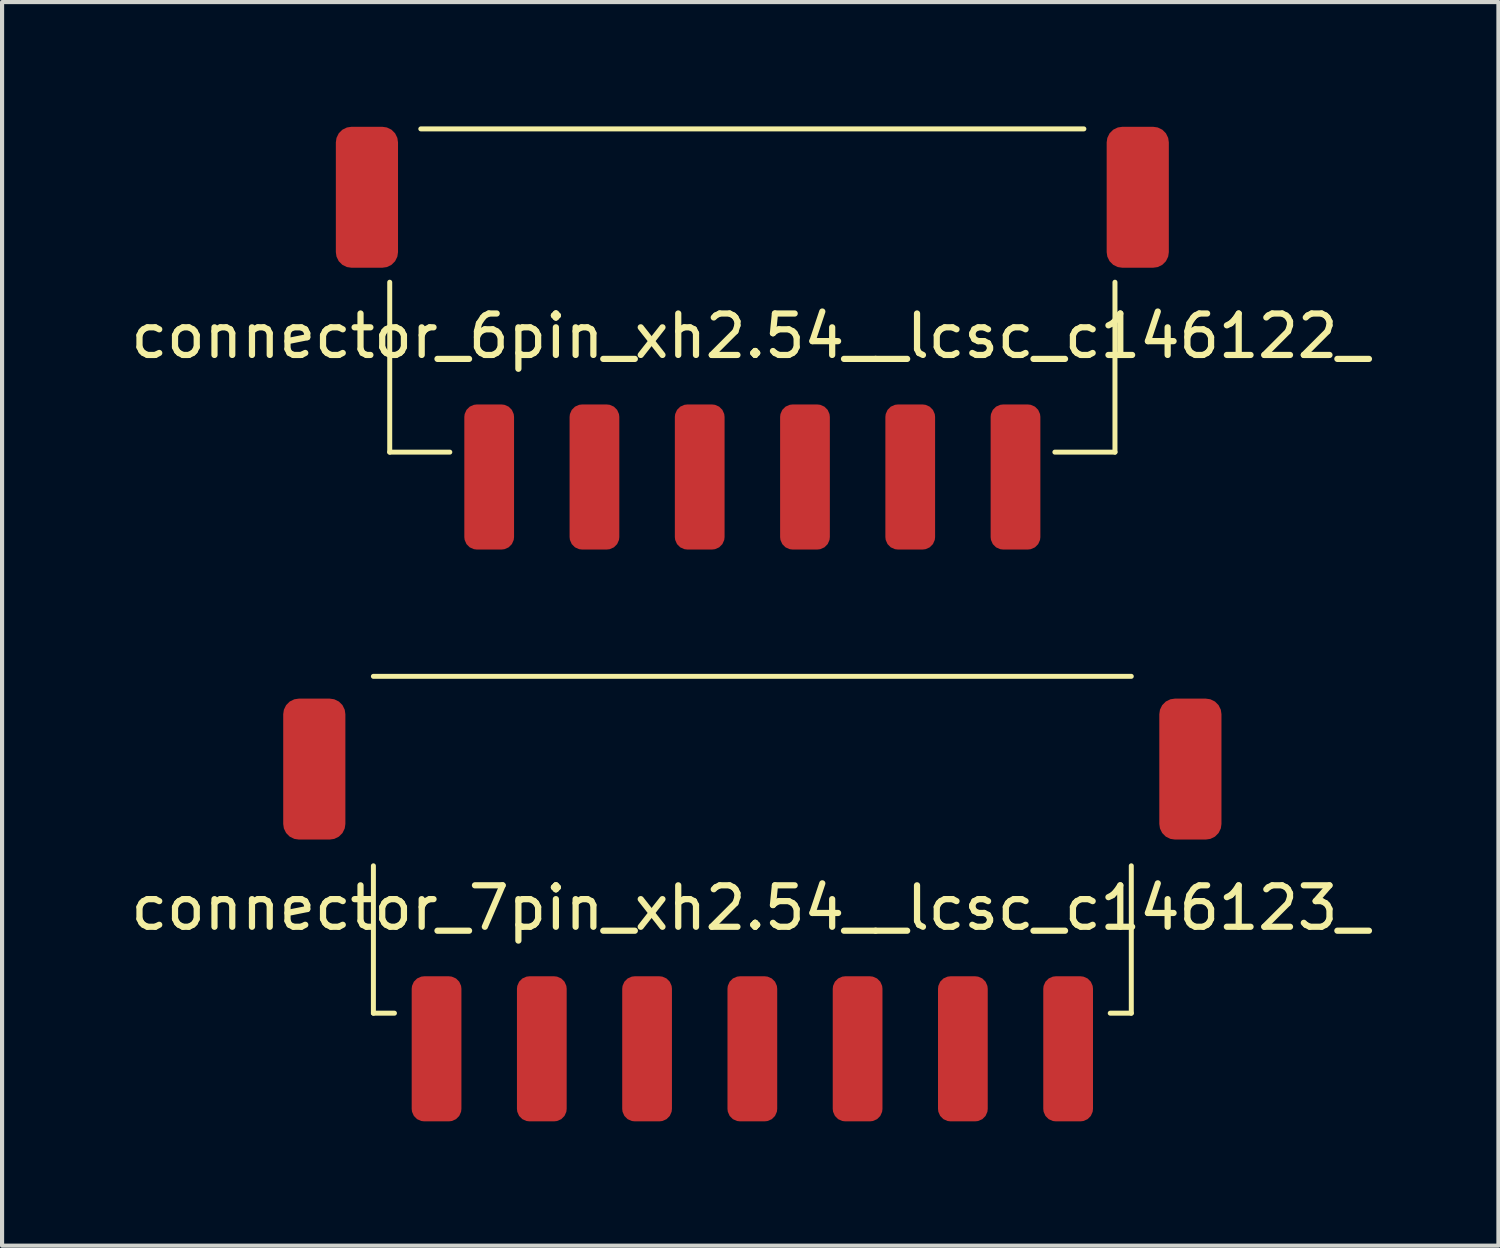
<source format=kicad_pcb>
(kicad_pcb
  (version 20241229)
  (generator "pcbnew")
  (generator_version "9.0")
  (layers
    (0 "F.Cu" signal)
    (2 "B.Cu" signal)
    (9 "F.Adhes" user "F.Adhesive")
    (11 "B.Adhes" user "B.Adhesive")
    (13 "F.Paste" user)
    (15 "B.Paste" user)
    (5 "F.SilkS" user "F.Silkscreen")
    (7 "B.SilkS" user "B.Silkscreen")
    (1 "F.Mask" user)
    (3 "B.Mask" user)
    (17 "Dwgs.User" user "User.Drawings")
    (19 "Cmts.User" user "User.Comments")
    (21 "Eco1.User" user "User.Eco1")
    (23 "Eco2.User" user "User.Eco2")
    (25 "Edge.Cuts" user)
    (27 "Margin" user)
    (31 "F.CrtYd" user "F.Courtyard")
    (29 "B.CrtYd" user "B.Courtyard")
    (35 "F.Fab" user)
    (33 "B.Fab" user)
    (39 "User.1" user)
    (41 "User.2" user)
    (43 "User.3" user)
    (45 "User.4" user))
  (footprint "connector_6pin_xh2.54__lcsc_c146122_"
    (layer "F.Cu")
    (at 15.104 5.06)
    (property "Reference" "connector_6pin_xh2.54__lcsc_c146122_" (at -0.05 0 0) (layer "F.SilkS") (effects (font (size 1 1) (thickness 0.15))))
    (attr through_hole)
    (fp_line (start -8.75 2.8) (end -8.75 -1.3) (stroke (width 0.12) (type solid)) (layer "F.SilkS"))
    (fp_line (start -8.75 2.8) (end -7.3 2.8) (stroke (width 0.12) (type solid)) (layer "F.SilkS"))
    (fp_line (start 8 -5) (end -8 -5) (stroke (width 0.12) (type solid)) (layer "F.SilkS"))
    (fp_line (start 8.75 2.8) (end 7.3 2.8) (stroke (width 0.12) (type solid)) (layer "F.SilkS"))
    (fp_line (start 8.75 2.8) (end 8.75 -1.3) (stroke (width 0.12) (type solid)) (layer "F.SilkS"))
    (pad "1" smd roundrect (at -6.35 3.4) (size 1.2 3.5) (layers "F.Cu" "F.Mask" "F.Paste") (roundrect_rratio 0.25))
    (pad "2" smd roundrect (at -3.81 3.4) (size 1.2 3.5) (layers "F.Cu" "F.Mask" "F.Paste") (roundrect_rratio 0.25))
    (pad "3" smd roundrect (at -1.27 3.4) (size 1.2 3.5) (layers "F.Cu" "F.Mask" "F.Paste") (roundrect_rratio 0.25))
    (pad "4" smd roundrect (at 1.27 3.4) (size 1.2 3.5) (layers "F.Cu" "F.Mask" "F.Paste") (roundrect_rratio 0.25))
    (pad "5" smd roundrect (at 3.81 3.4) (size 1.2 3.5) (layers "F.Cu" "F.Mask" "F.Paste") (roundrect_rratio 0.25))
    (pad "6" smd roundrect (at 6.35 3.4) (size 1.2 3.5) (layers "F.Cu" "F.Mask" "F.Paste") (roundrect_rratio 0.25))
    (pad "7" smd roundrect (at -9.3 -3.35) (size 1.5 3.4) (layers "F.Cu" "F.Mask" "F.Paste") (roundrect_rratio 0.25))
    (pad "8" smd roundrect (at 9.3 -3.35) (size 1.5 3.4) (layers "F.Cu" "F.Mask" "F.Paste") (roundrect_rratio 0.25)))
  (footprint "connector_7pin_xh2.54__lcsc_c146123_"
    (layer "F.Cu")
    (at 15.104 18.858)
    (property "Reference" "connector_7pin_xh2.54__lcsc_c146123_" (at -0.05 0 0) (layer "F.SilkS") (effects (font (size 1 1) (thickness 0.15))))
    (attr through_hole)
    (fp_line (start -9.144 -1.016) (end -9.144 2.54) (stroke (width 0.12) (type solid)) (layer "F.SilkS"))
    (fp_line (start -9.144 2.54) (end -8.636 2.54) (stroke (width 0.12) (type solid)) (layer "F.SilkS"))
    (fp_line (start 9.144 -5.588) (end -9.144 -5.588) (stroke (width 0.12) (type solid)) (layer "F.SilkS"))
    (fp_line (start 9.144 -1.016) (end 9.144 2.54) (stroke (width 0.12) (type solid)) (layer "F.SilkS"))
    (fp_line (start 9.144 2.54) (end 8.636 2.54) (stroke (width 0.12) (type solid)) (layer "F.SilkS"))
    (pad "1" smd roundrect (at -7.62 3.4) (size 1.2 3.5) (layers "F.Cu" "F.Mask" "F.Paste") (roundrect_rratio 0.25))
    (pad "2" smd roundrect (at -5.08 3.4) (size 1.2 3.5) (layers "F.Cu" "F.Mask" "F.Paste") (roundrect_rratio 0.25))
    (pad "3" smd roundrect (at -2.54 3.4) (size 1.2 3.5) (layers "F.Cu" "F.Mask" "F.Paste") (roundrect_rratio 0.25))
    (pad "4" smd roundrect (at 0 3.4) (size 1.2 3.5) (layers "F.Cu" "F.Mask" "F.Paste") (roundrect_rratio 0.25))
    (pad "5" smd roundrect (at 2.54 3.4) (size 1.2 3.5) (layers "F.Cu" "F.Mask" "F.Paste") (roundrect_rratio 0.25))
    (pad "6" smd roundrect (at 5.08 3.4) (size 1.2 3.5) (layers "F.Cu" "F.Mask" "F.Paste") (roundrect_rratio 0.25))
    (pad "7" smd roundrect (at 7.62 3.4) (size 1.2 3.5) (layers "F.Cu" "F.Mask" "F.Paste") (roundrect_rratio 0.25))
    (pad "NC" smd roundrect (at -10.57 -3.35) (size 1.5 3.4) (layers "F.Cu" "F.Mask" "F.Paste") (roundrect_rratio 0.25))
    (pad "NC" smd roundrect (at 10.57 -3.35) (size 1.5 3.4) (layers "F.Cu" "F.Mask" "F.Paste") (roundrect_rratio 0.25)))
  (gr_rect
    (start -3 -3)
    (end 33.107 27.008)
    (stroke (width 0.1) (type default))
    (fill no)
    (layer "Edge.Cuts")))
</source>
